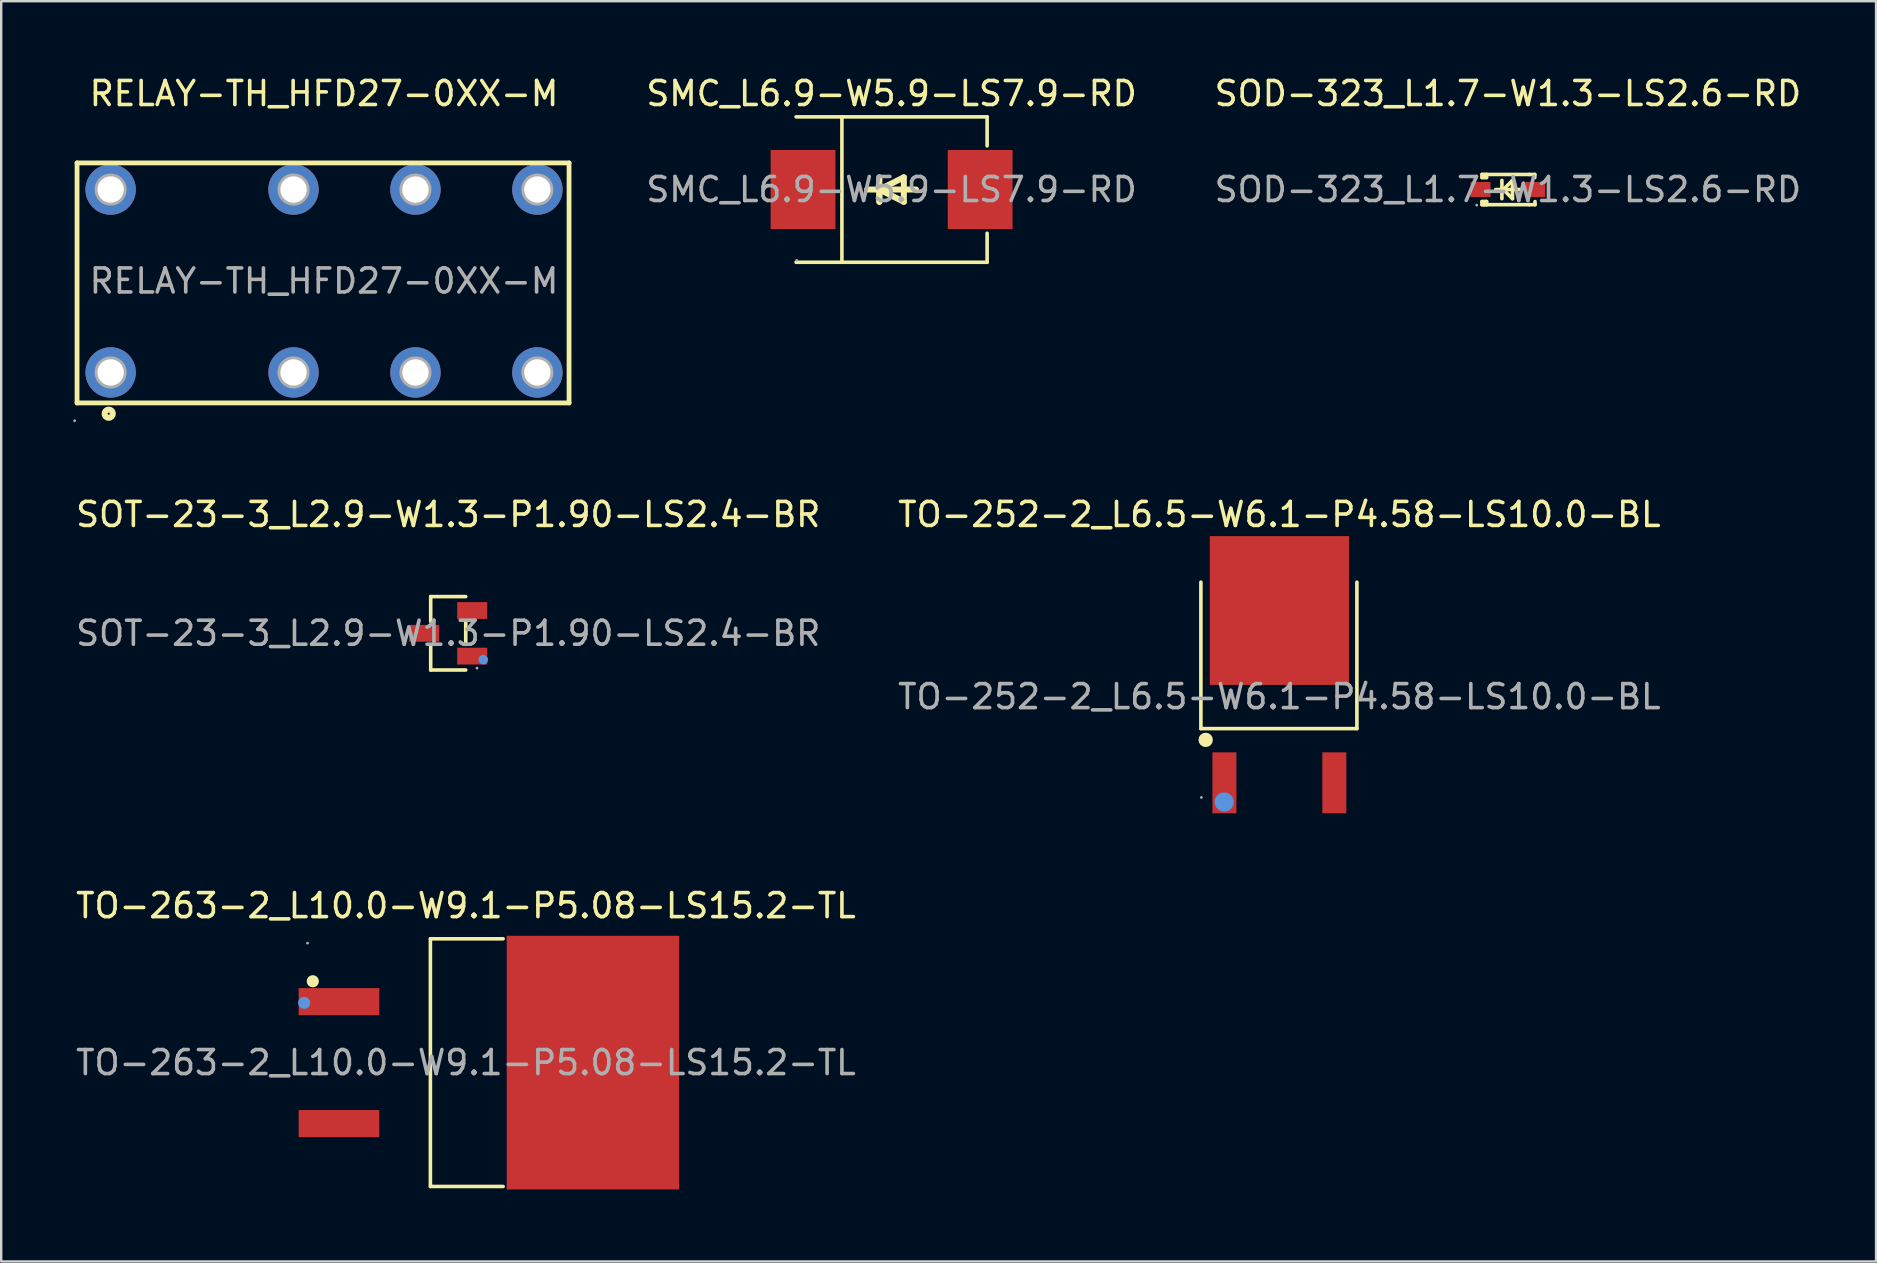
<source format=kicad_pcb>
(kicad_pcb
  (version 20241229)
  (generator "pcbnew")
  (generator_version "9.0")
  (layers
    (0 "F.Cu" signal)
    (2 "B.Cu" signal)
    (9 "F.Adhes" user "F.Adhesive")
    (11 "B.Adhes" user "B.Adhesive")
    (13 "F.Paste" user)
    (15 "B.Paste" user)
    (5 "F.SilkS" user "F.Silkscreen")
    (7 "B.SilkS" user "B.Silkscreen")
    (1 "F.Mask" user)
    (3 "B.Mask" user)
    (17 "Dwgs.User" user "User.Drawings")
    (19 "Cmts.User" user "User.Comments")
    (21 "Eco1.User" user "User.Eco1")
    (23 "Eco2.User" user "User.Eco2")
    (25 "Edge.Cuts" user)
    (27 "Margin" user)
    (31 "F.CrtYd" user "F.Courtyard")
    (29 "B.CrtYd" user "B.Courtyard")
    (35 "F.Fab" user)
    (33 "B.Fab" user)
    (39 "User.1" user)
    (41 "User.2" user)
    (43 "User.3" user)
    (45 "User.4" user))
  (footprint "RELAY-TH_HFD27-0XX-M"
    (layer "F.Cu")
    (at 10.45 8.658)
    (property "Reference" "RELAY-TH_HFD27-0XX-M" (at 0 -7.81 0) (layer "F.SilkS") (effects (font (size 1 1) (thickness 0.15))))
    (attr through_hole)
    (fp_line (start -10.29 -4.92) (end -10.29 5.08) (stroke (width 0.2) (type solid)) (layer "F.SilkS"))
    (fp_line (start -10.29 5.08) (end 10.21 5.08) (stroke (width 0.2) (type solid)) (layer "F.SilkS"))
    (fp_line (start 10.21 -4.92) (end -10.29 -4.92) (stroke (width 0.2) (type solid)) (layer "F.SilkS"))
    (fp_line (start 10.21 5.08) (end 10.21 -4.92) (stroke (width 0.2) (type solid)) (layer "F.SilkS"))
    (fp_circle (center -8.97 5.53) (end -8.8 5.53) (stroke (width 0.25) (type solid)) (fill no) (layer "F.SilkS"))
    (fp_circle (center -10.39 5.82) (end -10.36 5.82) (stroke (width 0.06) (type solid)) (fill no) (layer "F.Fab"))
    (fp_circle (center -8.89 -3.81) (end -8.67 -3.81) (stroke (width 0.45) (type solid)) (fill no) (layer "F.Fab"))
    (fp_circle (center -8.89 3.81) (end -8.67 3.81) (stroke (width 0.45) (type solid)) (fill no) (layer "F.Fab"))
    (fp_circle (center -1.27 -3.81) (end -1.05 -3.81) (stroke (width 0.45) (type solid)) (fill no) (layer "F.Fab"))
    (fp_circle (center -1.27 3.81) (end -1.05 3.81) (stroke (width 0.45) (type solid)) (fill no) (layer "F.Fab"))
    (fp_circle (center 3.81 -3.81) (end 4.03 -3.81) (stroke (width 0.45) (type solid)) (fill no) (layer "F.Fab"))
    (fp_circle (center 3.81 3.81) (end 4.03 3.81) (stroke (width 0.45) (type solid)) (fill no) (layer "F.Fab"))
    (fp_circle (center 8.89 -3.81) (end 9.11 -3.81) (stroke (width 0.45) (type solid)) (fill no) (layer "F.Fab"))
    (fp_circle (center 8.89 3.81) (end 9.11 3.81) (stroke (width 0.45) (type solid)) (fill no) (layer "F.Fab"))
    (fp_text user "${REFERENCE}" (at 0 0 0) (layer "F.Fab") (effects (font (size 1 1) (thickness 0.15))))
    (pad "1" thru_hole circle (at -8.89 3.81) (size 2.1 2.1) (drill 1.1) (layers "*.Cu" "*.Mask"))
    (pad "4" thru_hole circle (at -1.27 3.81) (size 2.1 2.1) (drill 1.1) (layers "*.Cu" "*.Mask"))
    (pad "6" thru_hole circle (at 3.81 3.81) (size 2.1 2.1) (drill 1.1) (layers "*.Cu" "*.Mask"))
    (pad "8" thru_hole circle (at 8.89 3.81) (size 2.1 2.1) (drill 1.1) (layers "*.Cu" "*.Mask"))
    (pad "9" thru_hole circle (at 8.89 -3.81) (size 2.1 2.1) (drill 1.1) (layers "*.Cu" "*.Mask"))
    (pad "11" thru_hole circle (at 3.81 -3.81) (size 2.1 2.1) (drill 1.1) (layers "*.Cu" "*.Mask"))
    (pad "13" thru_hole circle (at -1.27 -3.81) (size 2.1 2.1) (drill 1.1) (layers "*.Cu" "*.Mask"))
    (pad "16" thru_hole circle (at -8.89 -3.81) (size 2.1 2.1) (drill 1.1) (layers "*.Cu" "*.Mask")))
  (footprint "SOT-23-3_L2.9-W1.3-P1.90-LS2.4-BR"
    (layer "F.Cu")
    (at 15.625 23.337)
    (property "Reference" "SOT-23-3_L2.9-W1.3-P1.90-LS2.4-BR" (at 0 -4.95 0) (layer "F.SilkS") (effects (font (size 1 1) (thickness 0.15))))
    (attr smd)
    (fp_line (start -0.73 -1.53) (end -0.73 -0.49) (stroke (width 0.15) (type solid)) (layer "F.SilkS"))
    (fp_line (start -0.73 1.53) (end -0.73 0.49) (stroke (width 0.15) (type solid)) (layer "F.SilkS"))
    (fp_line (start 0.73 -1.53) (end -0.73 -1.53) (stroke (width 0.15) (type solid)) (layer "F.SilkS"))
    (fp_line (start 0.73 -0.46) (end 0.73 0.46) (stroke (width 0.15) (type solid)) (layer "F.SilkS"))
    (fp_line (start 0.73 1.53) (end -0.73 1.53) (stroke (width 0.15) (type solid)) (layer "F.SilkS"))
    (fp_circle (center 1.46 1.1) (end 1.56 1.1) (stroke (width 0.2) (type solid)) (fill no) (layer "Cmts.User"))
    (fp_circle (center 1.2 1.45) (end 1.23 1.45) (stroke (width 0.06) (type solid)) (fill no) (layer "F.Fab"))
    (fp_text user "${REFERENCE}" (at 0 0 0) (layer "F.Fab") (effects (font (size 1 1) (thickness 0.15))))
    (pad "1" smd rect (at 1 0.95) (size 1.25 0.7) (layers "F.Cu" "F.Mask" "F.Paste"))
    (pad "2" smd rect (at 1 -0.95) (size 1.25 0.7) (layers "F.Cu" "F.Mask" "F.Paste"))
    (pad "3" smd rect (at -1 0) (size 1.25 0.7) (layers "F.Cu" "F.Mask" "F.Paste")))
  (footprint "SOD-323_L1.7-W1.3-LS2.6-RD"
    (layer "F.Cu")
    (at 59.778 4.848)
    (property "Reference" "SOD-323_L1.7-W1.3-LS2.6-RD" (at 0 -4 0) (layer "F.SilkS") (effects (font (size 1 1) (thickness 0.15))))
    (attr smd)
    (fp_line (start -1.08 -0.63) (end -1.08 -0.5) (stroke (width 0.15) (type solid)) (layer "F.SilkS"))
    (fp_line (start -1.08 0.5) (end -1.08 0.63) (stroke (width 0.15) (type solid)) (layer "F.SilkS"))
    (fp_line (start -1.08 0.5) (end -0.89 0.5) (stroke (width 0.15) (type solid)) (layer "F.SilkS"))
    (fp_line (start -1.08 0.63) (end -0.89 0.63) (stroke (width 0.15) (type solid)) (layer "F.SilkS"))
    (fp_line (start -1 0.63) (end -0.99 0.63) (stroke (width 0.15) (type solid)) (layer "F.SilkS"))
    (fp_line (start -0.99 -0.5) (end -0.99 -0.63) (stroke (width 0.15) (type solid)) (layer "F.SilkS"))
    (fp_line (start -0.99 0.63) (end -0.99 0.5) (stroke (width 0.15) (type solid)) (layer "F.SilkS"))
    (fp_line (start -0.89 -0.63) (end -1.08 -0.63) (stroke (width 0.15) (type solid)) (layer "F.SilkS"))
    (fp_line (start -0.89 -0.63) (end -0.89 -0.6) (stroke (width 0.15) (type solid)) (layer "F.SilkS"))
    (fp_line (start -0.89 -0.63) (end 0.89 -0.63) (stroke (width 0.15) (type solid)) (layer "F.SilkS"))
    (fp_line (start -0.89 -0.6) (end -0.89 -0.5) (stroke (width 0.15) (type solid)) (layer "F.SilkS"))
    (fp_line (start -0.89 -0.5) (end -1.08 -0.5) (stroke (width 0.15) (type solid)) (layer "F.SilkS"))
    (fp_line (start -0.89 0.5) (end -0.89 0.5) (stroke (width 0.15) (type solid)) (layer "F.SilkS"))
    (fp_line (start -0.89 0.5) (end -0.89 0.6) (stroke (width 0.15) (type solid)) (layer "F.SilkS"))
    (fp_line (start -0.89 0.6) (end -0.89 0.63) (stroke (width 0.15) (type solid)) (layer "F.SilkS"))
    (fp_line (start -0.89 0.63) (end 0.89 0.63) (stroke (width 0.15) (type solid)) (layer "F.SilkS"))
    (fp_line (start -0.25 -0.38) (end -0.25 0.38) (stroke (width 0.15) (type solid)) (layer "F.SilkS"))
    (fp_line (start -0.19 0) (end -0.19 0) (stroke (width 0.15) (type solid)) (layer "F.SilkS"))
    (fp_line (start -0.19 0) (end 0.19 -0.38) (stroke (width 0.15) (type solid)) (layer "F.SilkS"))
    (fp_line (start 0.19 -0.38) (end 0.19 0.38) (stroke (width 0.15) (type solid)) (layer "F.SilkS"))
    (fp_line (start 0.19 0.38) (end -0.19 0) (stroke (width 0.15) (type solid)) (layer "F.SilkS"))
    (fp_line (start 0.51 0) (end -0.51 0) (stroke (width 0.15) (type solid)) (layer "F.SilkS"))
    (fp_line (start 0.89 -0.63) (end 1.12 -0.63) (stroke (width 0.15) (type solid)) (layer "F.SilkS"))
    (fp_line (start 1.12 -0.63) (end 1.12 -0.5) (stroke (width 0.15) (type solid)) (layer "F.SilkS"))
    (fp_line (start 1.13 0.5) (end 1.13 0.63) (stroke (width 0.15) (type solid)) (layer "F.SilkS"))
    (fp_line (start 1.13 0.63) (end 0.89 0.63) (stroke (width 0.15) (type solid)) (layer "F.SilkS"))
    (fp_circle (center -1.3 0.65) (end -1.27 0.65) (stroke (width 0.06) (type solid)) (fill no) (layer "F.Fab"))
    (fp_text user "${REFERENCE}" (at 0 0 0) (layer "F.Fab") (effects (font (size 1 1) (thickness 0.15))))
    (pad "1" smd rect (at -1.14 0 90) (size 0.63 0.83) (layers "F.Cu" "F.Mask" "F.Paste"))
    (pad "2" smd rect (at 1.14 0 90) (size 0.63 0.83) (layers "F.Cu" "F.Mask" "F.Paste")))
  (footprint "SMC_L6.9-W5.9-LS7.9-RD"
    (layer "F.Cu")
    (at 34.099 4.848)
    (property "Reference" "SMC_L6.9-W5.9-LS7.9-RD" (at 0 -4 0) (layer "F.SilkS") (effects (font (size 1 1) (thickness 0.15))))
    (attr smd)
    (fp_line (start -3.98 -3.03) (end 3.98 -3.03) (stroke (width 0.15) (type solid)) (layer "F.SilkS"))
    (fp_line (start -3.98 3.03) (end 3.98 3.03) (stroke (width 0.15) (type solid)) (layer "F.SilkS"))
    (fp_line (start -2.07 -3.03) (end -2.07 3.03) (stroke (width 0.15) (type solid)) (layer "F.SilkS"))
    (fp_line (start -0.51 0) (end -0.51 0.51) (stroke (width 0.25) (type solid)) (layer "F.SilkS"))
    (fp_line (start -0.51 0) (end 0.51 0.51) (stroke (width 0.25) (type solid)) (layer "F.SilkS"))
    (fp_line (start -0.51 0.51) (end -0.51 -0.51) (stroke (width 0.25) (type solid)) (layer "F.SilkS"))
    (fp_line (start 0.51 -0.51) (end -0.51 0) (stroke (width 0.25) (type solid)) (layer "F.SilkS"))
    (fp_line (start 0.51 0.51) (end 0.51 -0.51) (stroke (width 0.25) (type solid)) (layer "F.SilkS"))
    (fp_line (start 1.02 0) (end -1.02 0) (stroke (width 0.25) (type solid)) (layer "F.SilkS"))
    (fp_line (start 3.98 -3.03) (end 3.98 -1.82) (stroke (width 0.15) (type solid)) (layer "F.SilkS"))
    (fp_line (start 3.98 3.03) (end 3.98 1.82) (stroke (width 0.15) (type solid)) (layer "F.SilkS"))
    (fp_circle (center -3.95 2.95) (end -3.92 2.95) (stroke (width 0.06) (type solid)) (fill no) (layer "F.Fab"))
    (fp_text user "${REFERENCE}" (at 0 0 0) (layer "F.Fab") (effects (font (size 1 1) (thickness 0.15))))
    (pad "1" smd rect (at -3.69 0) (size 2.7 3.3) (layers "F.Cu" "F.Mask" "F.Paste"))
    (pad "2" smd rect (at 3.69 0) (size 2.7 3.3) (layers "F.Cu" "F.Mask" "F.Paste")))
  (footprint "TO-252-2_L6.5-W6.1-P4.58-LS10.0-BL"
    (layer "F.Cu")
    (at 50.256 25.977)
    (property "Reference" "TO-252-2_L6.5-W6.1-P4.58-LS10.0-BL" (at 0 -7.59 0) (layer "F.SilkS") (effects (font (size 1 1) (thickness 0.15))))
    (attr smd)
    (fp_line (start -3.27 1.33) (end -3.27 -4.77) (stroke (width 0.15) (type solid)) (layer "F.SilkS"))
    (fp_line (start 3.23 -4.77) (end 3.23 1.33) (stroke (width 0.15) (type solid)) (layer "F.SilkS"))
    (fp_line (start 3.23 1.33) (end -3.27 1.33) (stroke (width 0.15) (type solid)) (layer "F.SilkS"))
    (fp_circle (center -3.07 1.8) (end -2.92 1.8) (stroke (width 0.3) (type solid)) (fill no) (layer "F.SilkS"))
    (fp_circle (center -2.3 4.39) (end -2.1 4.39) (stroke (width 0.4) (type solid)) (fill no) (layer "Cmts.User"))
    (fp_circle (center -3.25 4.2) (end -3.22 4.2) (stroke (width 0.06) (type solid)) (fill no) (layer "F.Fab"))
    (fp_text user "${REFERENCE}" (at 0 0 0) (layer "F.Fab") (effects (font (size 1 1) (thickness 0.15))))
    (pad "1" smd rect (at -2.29 3.59) (size 1 2.54) (layers "F.Cu" "F.Mask" "F.Paste"))
    (pad "2" smd rect (at 0 -3.59) (size 5.8 6.2) (layers "F.Cu" "F.Mask" "F.Paste"))
    (pad "3" smd rect (at 2.29 3.59) (size 1 2.54) (layers "F.Cu" "F.Mask" "F.Paste")))
  (footprint "TO-263-2_L10.0-W9.1-P5.08-LS15.2-TL"
    (layer "F.Cu")
    (at 16.363 41.225)
    (property "Reference" "TO-263-2_L10.0-W9.1-P5.08-LS15.2-TL" (at 0 -6.54 0) (layer "F.SilkS") (effects (font (size 1 1) (thickness 0.15))))
    (attr smd)
    (fp_line (start -1.48 -5.16) (end -1.48 5.16) (stroke (width 0.15) (type solid)) (layer "F.SilkS"))
    (fp_line (start 1.55 -5.16) (end -1.48 -5.16) (stroke (width 0.15) (type solid)) (layer "F.SilkS"))
    (fp_line (start 1.55 5.16) (end -1.48 5.16) (stroke (width 0.15) (type solid)) (layer "F.SilkS"))
    (fp_circle (center -6.38 -3.39) (end -6.25 -3.39) (stroke (width 0.25) (type solid)) (fill no) (layer "F.SilkS"))
    (fp_circle (center -6.74 -2.49) (end -6.61 -2.49) (stroke (width 0.25) (type solid)) (fill no) (layer "Cmts.User"))
    (fp_circle (center -6.6 -4.98) (end -6.57 -4.98) (stroke (width 0.06) (type solid)) (fill no) (layer "F.Fab"))
    (fp_text user "${REFERENCE}" (at 0 0 0) (layer "F.Fab") (effects (font (size 1 1) (thickness 0.15))))
    (pad "1" smd rect (at -5.29 -2.54) (size 3.36 1.13) (layers "F.Cu" "F.Mask" "F.Paste"))
    (pad "3" smd rect (at -5.29 2.54) (size 3.36 1.13) (layers "F.Cu" "F.Mask" "F.Paste"))
    (pad "4" smd rect (at 5.29 0) (size 7.18 10.57) (layers "F.Cu" "F.Mask" "F.Paste")))
  (gr_rect
    (start -3 -3)
    (end 75.117 49.51)
    (stroke (width 0.1) (type default))
    (fill no)
    (layer "Edge.Cuts")))
</source>
